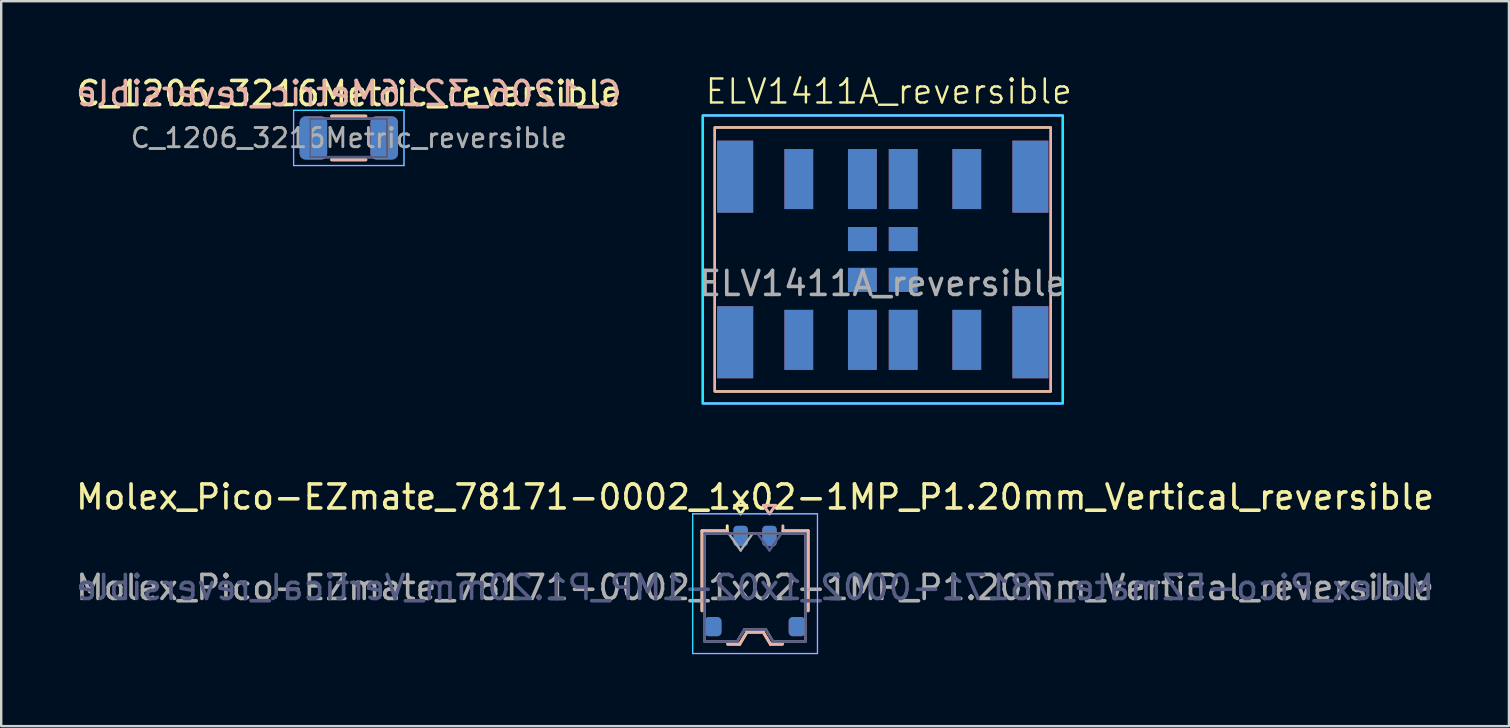
<source format=kicad_pcb>
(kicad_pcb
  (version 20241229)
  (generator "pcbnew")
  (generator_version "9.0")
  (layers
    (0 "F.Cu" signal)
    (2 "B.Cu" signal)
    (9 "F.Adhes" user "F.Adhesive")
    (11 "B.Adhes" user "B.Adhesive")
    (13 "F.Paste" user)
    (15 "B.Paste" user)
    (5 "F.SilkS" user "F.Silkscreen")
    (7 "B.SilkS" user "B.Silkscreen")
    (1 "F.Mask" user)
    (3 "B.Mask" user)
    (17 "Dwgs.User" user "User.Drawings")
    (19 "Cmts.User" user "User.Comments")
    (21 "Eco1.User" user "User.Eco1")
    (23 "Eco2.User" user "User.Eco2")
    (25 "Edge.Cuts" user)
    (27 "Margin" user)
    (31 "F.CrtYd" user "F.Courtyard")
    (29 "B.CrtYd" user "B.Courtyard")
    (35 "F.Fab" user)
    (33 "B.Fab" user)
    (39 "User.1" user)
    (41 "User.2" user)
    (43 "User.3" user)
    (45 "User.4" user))
  (footprint "ELV1411A_reversible"
    (layer "F.Cu")
    (at 33.732 7.761)
    (property "Reference" "ELV1411A_reversible" (at 0.25 -7 0) (unlocked yes) (layer "F.SilkS") (effects (font (size 1 1) (thickness 0.1))))
    (attr smd)
    (fp_rect (start -7 5.5) (end 7 -5.5) (stroke (width 0.1) (type default)) (fill no) (layer "F.SilkS"))
    (fp_rect (start -7 -5.5) (end 7 5.5) (stroke (width 0.1) (type default)) (fill no) (layer "B.SilkS"))
    (fp_rect (start -7.5 -6) (end 7.5 6) (stroke (width 0.1) (type default)) (fill no) (layer "B.CrtYd"))
    (fp_rect (start -7.5 -6) (end 7.5 6) (stroke (width 0.1) (type default)) (fill no) (layer "F.CrtYd"))
    (fp_text user "${REFERENCE}" (at 0 1 0) (unlocked yes) (layer "F.Fab") (effects (font (size 1 1) (thickness 0.15))))
    (pad "1" smd rect (at -0.85 -0.85) (size 1.2 1) (layers "F.Cu" "F.Mask" "F.Paste"))
    (pad "1" smd rect (at -0.85 -0.85) (size 1.2 1) (layers "B.Cu" "B.Mask" "B.Paste"))
    (pad "1" smd rect (at 0.85 -0.85) (size 1.2 1) (layers "F.Cu" "F.Mask" "F.Paste"))
    (pad "1" smd rect (at 0.85 -0.85) (size 1.2 1) (layers "B.Cu" "B.Mask" "B.Paste"))
    (pad "2" smd rect (at -0.85 0.85) (size 1.2 1) (layers "F.Cu" "F.Mask" "F.Paste"))
    (pad "2" smd rect (at -0.85 0.85) (size 1.2 1) (layers "B.Cu" "B.Mask" "B.Paste"))
    (pad "2" smd rect (at 0.85 0.85) (size 1.2 1) (layers "F.Cu" "F.Mask" "F.Paste"))
    (pad "2" smd rect (at 0.85 0.85) (size 1.2 1) (layers "B.Cu" "B.Mask" "B.Paste"))
    (pad "3" smd rect (at -6.15 -3.45) (size 1.5 3) (layers "F.Cu" "F.Mask" "F.Paste"))
    (pad "3" smd rect (at -6.15 -3.45) (size 1.5 3) (layers "B.Cu" "B.Mask" "B.Paste"))
    (pad "3" smd rect (at -6.15 3.45) (size 1.5 3) (layers "F.Cu" "F.Mask" "F.Paste"))
    (pad "3" smd rect (at -6.15 3.45) (size 1.5 3) (layers "B.Cu" "B.Mask" "B.Paste"))
    (pad "3" smd rect (at -3.5 -3.35) (size 1.2 2.5) (layers "F.Cu" "F.Mask" "F.Paste"))
    (pad "3" smd rect (at -3.5 -3.35) (size 1.2 2.5) (layers "B.Cu" "B.Mask" "B.Paste"))
    (pad "3" smd rect (at -3.5 3.35) (size 1.2 2.5) (layers "F.Cu" "F.Mask" "F.Paste"))
    (pad "3" smd rect (at -3.5 3.35) (size 1.2 2.5) (layers "B.Cu" "B.Mask" "B.Paste"))
    (pad "3" smd rect (at -0.85 -3.35) (size 1.2 2.5) (layers "F.Cu" "F.Mask" "F.Paste"))
    (pad "3" smd rect (at -0.85 -3.35) (size 1.2 2.5) (layers "B.Cu" "B.Mask" "B.Paste"))
    (pad "3" smd rect (at -0.85 3.35) (size 1.2 2.5) (layers "F.Cu" "F.Mask" "F.Paste"))
    (pad "3" smd rect (at -0.85 3.35) (size 1.2 2.5) (layers "B.Cu" "B.Mask" "B.Paste"))
    (pad "3" smd rect (at 0.85 -3.35) (size 1.2 2.5) (layers "F.Cu" "F.Mask" "F.Paste"))
    (pad "3" smd rect (at 0.85 -3.35) (size 1.2 2.5) (layers "B.Cu" "B.Mask" "B.Paste"))
    (pad "3" smd rect (at 0.85 3.35) (size 1.2 2.5) (layers "F.Cu" "F.Mask" "F.Paste"))
    (pad "3" smd rect (at 0.85 3.35) (size 1.2 2.5) (layers "B.Cu" "B.Mask" "B.Paste"))
    (pad "3" smd rect (at 3.5 -3.35) (size 1.2 2.5) (layers "F.Cu" "F.Mask" "F.Paste"))
    (pad "3" smd rect (at 3.5 -3.35) (size 1.2 2.5) (layers "B.Cu" "B.Mask" "B.Paste"))
    (pad "3" smd rect (at 3.5 3.35) (size 1.2 2.5) (layers "F.Cu" "F.Mask" "F.Paste"))
    (pad "3" smd rect (at 3.5 3.35) (size 1.2 2.5) (layers "B.Cu" "B.Mask" "B.Paste"))
    (pad "3" smd rect (at 6.15 -3.45) (size 1.5 3) (layers "F.Cu" "F.Mask" "F.Paste"))
    (pad "3" smd rect (at 6.15 -3.45) (size 1.5 3) (layers "B.Cu" "B.Mask" "B.Paste"))
    (pad "3" smd rect (at 6.15 3.45) (size 1.5 3) (layers "F.Cu" "F.Mask" "F.Paste"))
    (pad "3" smd rect (at 6.15 3.45) (size 1.5 3) (layers "B.Cu" "B.Mask" "B.Paste")))
  (footprint "C_1206_3216Metric_reversible"
    (layer "F.Cu")
    (at 11.482 2.698)
    (property "Reference" "C_1206_3216Metric_reversible" (at 0 -1.85 0) (layer "F.SilkS") (effects (font (size 1 1) (thickness 0.15))))
    (attr smd)
    (fp_line (start -0.711 -0.91) (end 0.711 -0.91) (stroke (width 0.12) (type solid)) (layer "F.SilkS"))
    (fp_line (start -0.711 0.91) (end 0.711 0.91) (stroke (width 0.12) (type solid)) (layer "F.SilkS"))
    (fp_line (start 0.711 -0.91) (end -0.711 -0.91) (stroke (width 0.12) (type solid)) (layer "B.SilkS"))
    (fp_line (start 0.711 0.91) (end -0.711 0.91) (stroke (width 0.12) (type solid)) (layer "B.SilkS"))
    (fp_line (start -2.3 -1.15) (end 2.3 -1.15) (stroke (width 0.05) (type solid)) (layer "B.CrtYd"))
    (fp_line (start -2.3 1.15) (end -2.3 -1.15) (stroke (width 0.05) (type solid)) (layer "B.CrtYd"))
    (fp_line (start 2.3 -1.15) (end 2.3 1.15) (stroke (width 0.05) (type solid)) (layer "B.CrtYd"))
    (fp_line (start 2.3 1.15) (end -2.3 1.15) (stroke (width 0.05) (type solid)) (layer "B.CrtYd"))
    (fp_line (start -2.3 -1.15) (end 2.3 -1.15) (stroke (width 0.05) (type solid)) (layer "F.CrtYd"))
    (fp_line (start -2.3 1.15) (end -2.3 -1.15) (stroke (width 0.05) (type solid)) (layer "F.CrtYd"))
    (fp_line (start 2.3 -1.15) (end 2.3 1.15) (stroke (width 0.05) (type solid)) (layer "F.CrtYd"))
    (fp_line (start 2.3 1.15) (end -2.3 1.15) (stroke (width 0.05) (type solid)) (layer "F.CrtYd"))
    (fp_line (start -1.6 -0.8) (end 1.6 -0.8) (stroke (width 0.1) (type solid)) (layer "B.Fab"))
    (fp_line (start -1.6 0.8) (end -1.6 -0.8) (stroke (width 0.1) (type solid)) (layer "B.Fab"))
    (fp_line (start 1.6 -0.8) (end 1.6 0.8) (stroke (width 0.1) (type solid)) (layer "B.Fab"))
    (fp_line (start 1.6 0.8) (end -1.6 0.8) (stroke (width 0.1) (type solid)) (layer "B.Fab"))
    (fp_line (start -1.6 -0.8) (end 1.6 -0.8) (stroke (width 0.1) (type solid)) (layer "F.Fab"))
    (fp_line (start -1.6 0.8) (end -1.6 -0.8) (stroke (width 0.1) (type solid)) (layer "F.Fab"))
    (fp_line (start 1.6 -0.8) (end 1.6 0.8) (stroke (width 0.1) (type solid)) (layer "F.Fab"))
    (fp_line (start 1.6 0.8) (end -1.6 0.8) (stroke (width 0.1) (type solid)) (layer "F.Fab"))
    (fp_text user "${REFERENCE}" (at 0 -1.85 0) (layer "B.SilkS") (effects (font (size 1 1) (thickness 0.15)) (justify mirror)))
    (fp_text user "${REFERENCE}" (at 0 0 0) (layer "F.Fab") (effects (font (size 0.8 0.8) (thickness 0.12))))
    (pad "1" smd roundrect (at -1.475 0) (size 1.15 1.8) (layers "F.Cu" "F.Mask" "F.Paste") (roundrect_rratio 0.217))
    (pad "1" smd roundrect (at -1.475 0 180) (size 1.15 1.8) (layers "B.Cu" "B.Mask" "B.Paste") (roundrect_rratio 0.217))
    (pad "2" smd roundrect (at 1.475 0) (size 1.15 1.8) (layers "F.Cu" "F.Mask" "F.Paste") (roundrect_rratio 0.217))
    (pad "2" smd roundrect (at 1.475 0 180) (size 1.15 1.8) (layers "B.Cu" "B.Mask" "B.Paste") (roundrect_rratio 0.217)))
  (footprint "Molex_Pico-EZmate_78171-0002_1x02-1MP_P1.20mm_Vertical_reversible"
    (layer "F.Cu")
    (at 28.411 21.159)
    (property "Reference" "Molex_Pico-EZmate_78171-0002_1x02-1MP_P1.20mm_Vertical_reversible" (at 0 -3.5 0) (layer "F.SilkS") (effects (font (size 1 1) (thickness 0.15))))
    (attr smd)
    (fp_line (start -2.21 -2.09) (end -1.16 -2.09) (stroke (width 0.12) (type solid)) (layer "F.SilkS"))
    (fp_line (start -2.21 1.24) (end -2.21 -2.09) (stroke (width 0.12) (type solid)) (layer "F.SilkS"))
    (fp_line (start -1.16 -2.09) (end -1.16 -2.3) (stroke (width 0.12) (type solid)) (layer "F.SilkS"))
    (fp_line (start -1.14 2.63) (end -0.64 2.63) (stroke (width 0.12) (type solid)) (layer "F.SilkS"))
    (fp_line (start -0.85 -3.154) (end -0.6 -2.8) (stroke (width 0.12) (type solid)) (layer "F.SilkS"))
    (fp_line (start -0.64 2.63) (end -0.34 2.13) (stroke (width 0.12) (type solid)) (layer "F.SilkS"))
    (fp_line (start -0.6 -2.8) (end -0.35 -3.154) (stroke (width 0.12) (type solid)) (layer "F.SilkS"))
    (fp_line (start -0.35 -3.154) (end -0.85 -3.154) (stroke (width 0.12) (type solid)) (layer "F.SilkS"))
    (fp_line (start -0.34 2.13) (end 0.34 2.13) (stroke (width 0.12) (type solid)) (layer "F.SilkS"))
    (fp_line (start 0.34 2.13) (end 0.64 2.63) (stroke (width 0.12) (type solid)) (layer "F.SilkS"))
    (fp_line (start 0.64 2.63) (end 1.14 2.63) (stroke (width 0.12) (type solid)) (layer "F.SilkS"))
    (fp_line (start 2.21 -2.09) (end 1.16 -2.09) (stroke (width 0.12) (type solid)) (layer "F.SilkS"))
    (fp_line (start 2.21 1.24) (end 2.21 -2.09) (stroke (width 0.12) (type solid)) (layer "F.SilkS"))
    (fp_line (start -2.21 -2.09) (end -2.21 1.24) (stroke (width 0.12) (type solid)) (layer "B.SilkS"))
    (fp_line (start -1.16 -2.09) (end -2.21 -2.09) (stroke (width 0.12) (type solid)) (layer "B.SilkS"))
    (fp_line (start -1.14 2.63) (end -0.64 2.63) (stroke (width 0.12) (type solid)) (layer "B.SilkS"))
    (fp_line (start -0.64 2.63) (end -0.34 2.13) (stroke (width 0.12) (type solid)) (layer "B.SilkS"))
    (fp_line (start -0.34 2.13) (end 0.34 2.13) (stroke (width 0.12) (type solid)) (layer "B.SilkS"))
    (fp_line (start 0.34 2.13) (end 0.64 2.63) (stroke (width 0.12) (type solid)) (layer "B.SilkS"))
    (fp_line (start 0.35 -3.154) (end 0.6 -2.8) (stroke (width 0.12) (type solid)) (layer "B.SilkS"))
    (fp_line (start 0.6 -2.8) (end 0.85 -3.154) (stroke (width 0.12) (type solid)) (layer "B.SilkS"))
    (fp_line (start 0.64 2.63) (end 1.14 2.63) (stroke (width 0.12) (type solid)) (layer "B.SilkS"))
    (fp_line (start 0.85 -3.154) (end 0.35 -3.154) (stroke (width 0.12) (type solid)) (layer "B.SilkS"))
    (fp_line (start 1.16 -2.3) (end 1.16 -2.09) (stroke (width 0.12) (type solid)) (layer "B.SilkS"))
    (fp_line (start 1.16 -2.09) (end 2.21 -2.09) (stroke (width 0.12) (type solid)) (layer "B.SilkS"))
    (fp_line (start 2.21 -2.09) (end 2.21 1.24) (stroke (width 0.12) (type solid)) (layer "B.SilkS"))
    (fp_line (start -2.6 -2.8) (end -2.6 3.02) (stroke (width 0.05) (type solid)) (layer "B.CrtYd"))
    (fp_line (start -2.6 3.02) (end 2.6 3.02) (stroke (width 0.05) (type solid)) (layer "B.CrtYd"))
    (fp_line (start 2.6 -2.8) (end -2.6 -2.8) (stroke (width 0.05) (type solid)) (layer "B.CrtYd"))
    (fp_line (start 2.6 3.02) (end 2.6 -2.8) (stroke (width 0.05) (type solid)) (layer "B.CrtYd"))
    (fp_line (start -2.6 -2.8) (end -2.6 3.02) (stroke (width 0.05) (type solid)) (layer "F.CrtYd"))
    (fp_line (start -2.6 3.02) (end 2.6 3.02) (stroke (width 0.05) (type solid)) (layer "F.CrtYd"))
    (fp_line (start 2.6 -2.8) (end -2.6 -2.8) (stroke (width 0.05) (type solid)) (layer "F.CrtYd"))
    (fp_line (start 2.6 3.02) (end 2.6 -2.8) (stroke (width 0.05) (type solid)) (layer "F.CrtYd"))
    (fp_line (start -2.1 -1.98) (end 2.1 -1.98) (stroke (width 0.1) (type solid)) (layer "B.Fab"))
    (fp_line (start -2.1 2.52) (end -2.1 -1.98) (stroke (width 0.1) (type solid)) (layer "B.Fab"))
    (fp_line (start -2.1 2.52) (end -0.75 2.52) (stroke (width 0.1) (type solid)) (layer "B.Fab"))
    (fp_line (start -0.75 2.52) (end -0.45 2.02) (stroke (width 0.1) (type solid)) (layer "B.Fab"))
    (fp_line (start -0.45 2.02) (end 0.45 2.02) (stroke (width 0.1) (type solid)) (layer "B.Fab"))
    (fp_line (start 0.1 -1.98) (end 0.6 -1.273) (stroke (width 0.1) (type solid)) (layer "B.Fab"))
    (fp_line (start 0.45 2.02) (end 0.75 2.52) (stroke (width 0.1) (type solid)) (layer "B.Fab"))
    (fp_line (start 0.6 -1.273) (end 1.1 -1.98) (stroke (width 0.1) (type solid)) (layer "B.Fab"))
    (fp_line (start 0.75 2.52) (end 2.1 2.52) (stroke (width 0.1) (type solid)) (layer "B.Fab"))
    (fp_line (start 2.1 2.52) (end 2.1 -1.98) (stroke (width 0.1) (type solid)) (layer "B.Fab"))
    (fp_line (start -2.1 -1.98) (end -2.1 2.52) (stroke (width 0.1) (type solid)) (layer "F.Fab"))
    (fp_line (start -2.1 -1.98) (end 2.1 -1.98) (stroke (width 0.1) (type solid)) (layer "F.Fab"))
    (fp_line (start -2.1 2.52) (end -0.75 2.52) (stroke (width 0.1) (type solid)) (layer "F.Fab"))
    (fp_line (start -1.1 -1.98) (end -0.6 -1.273) (stroke (width 0.1) (type solid)) (layer "F.Fab"))
    (fp_line (start -0.75 2.52) (end -0.45 2.02) (stroke (width 0.1) (type solid)) (layer "F.Fab"))
    (fp_line (start -0.6 -1.273) (end -0.1 -1.98) (stroke (width 0.1) (type solid)) (layer "F.Fab"))
    (fp_line (start -0.45 2.02) (end 0.45 2.02) (stroke (width 0.1) (type solid)) (layer "F.Fab"))
    (fp_line (start 0.45 2.02) (end 0.75 2.52) (stroke (width 0.1) (type solid)) (layer "F.Fab"))
    (fp_line (start 0.75 2.52) (end 2.1 2.52) (stroke (width 0.1) (type solid)) (layer "F.Fab"))
    (fp_line (start 2.1 -1.98) (end 2.1 2.52) (stroke (width 0.1) (type solid)) (layer "F.Fab"))
    (fp_text user "${REFERENCE}" (at 0 0.27 0) (layer "B.Fab") (effects (font (size 1 1) (thickness 0.15)) (justify mirror)))
    (fp_text user "${REFERENCE}" (at 0 0.27 0) (layer "F.Fab") (effects (font (size 1 1) (thickness 0.15))))
    (pad "1" smd roundrect (at -0.6 -1.875) (size 0.6 0.85) (layers "F.Cu" "F.Mask" "F.Paste") (roundrect_rratio 0.25))
    (pad "1" smd roundrect (at 0.6 -1.875) (size 0.6 0.85) (layers "B.Cu" "B.Mask" "B.Paste") (roundrect_rratio 0.25))
    (pad "2" smd roundrect (at -0.6 -1.875) (size 0.6 0.85) (layers "B.Cu" "B.Mask" "B.Paste") (roundrect_rratio 0.25))
    (pad "2" smd roundrect (at 0.6 -1.875) (size 0.6 0.85) (layers "F.Cu" "F.Mask" "F.Paste") (roundrect_rratio 0.25))
    (pad "MP" smd roundrect (at -1.75 1.9) (size 0.7 0.8) (layers "F.Cu" "F.Mask" "F.Paste") (roundrect_rratio 0.25))
    (pad "MP" smd roundrect (at -1.75 1.9) (size 0.7 0.8) (layers "B.Cu" "B.Mask" "B.Paste") (roundrect_rratio 0.25))
    (pad "MP" smd roundrect (at 1.75 1.9) (size 0.7 0.8) (layers "F.Cu" "F.Mask" "F.Paste") (roundrect_rratio 0.25))
    (pad "MP" smd roundrect (at 1.75 1.9) (size 0.7 0.8) (layers "B.Cu" "B.Mask" "B.Paste") (roundrect_rratio 0.25)))
  (gr_rect
    (start -3 -3)
    (end 59.821 27.204)
    (stroke (width 0.1) (type default))
    (fill no)
    (layer "Edge.Cuts")))
</source>
